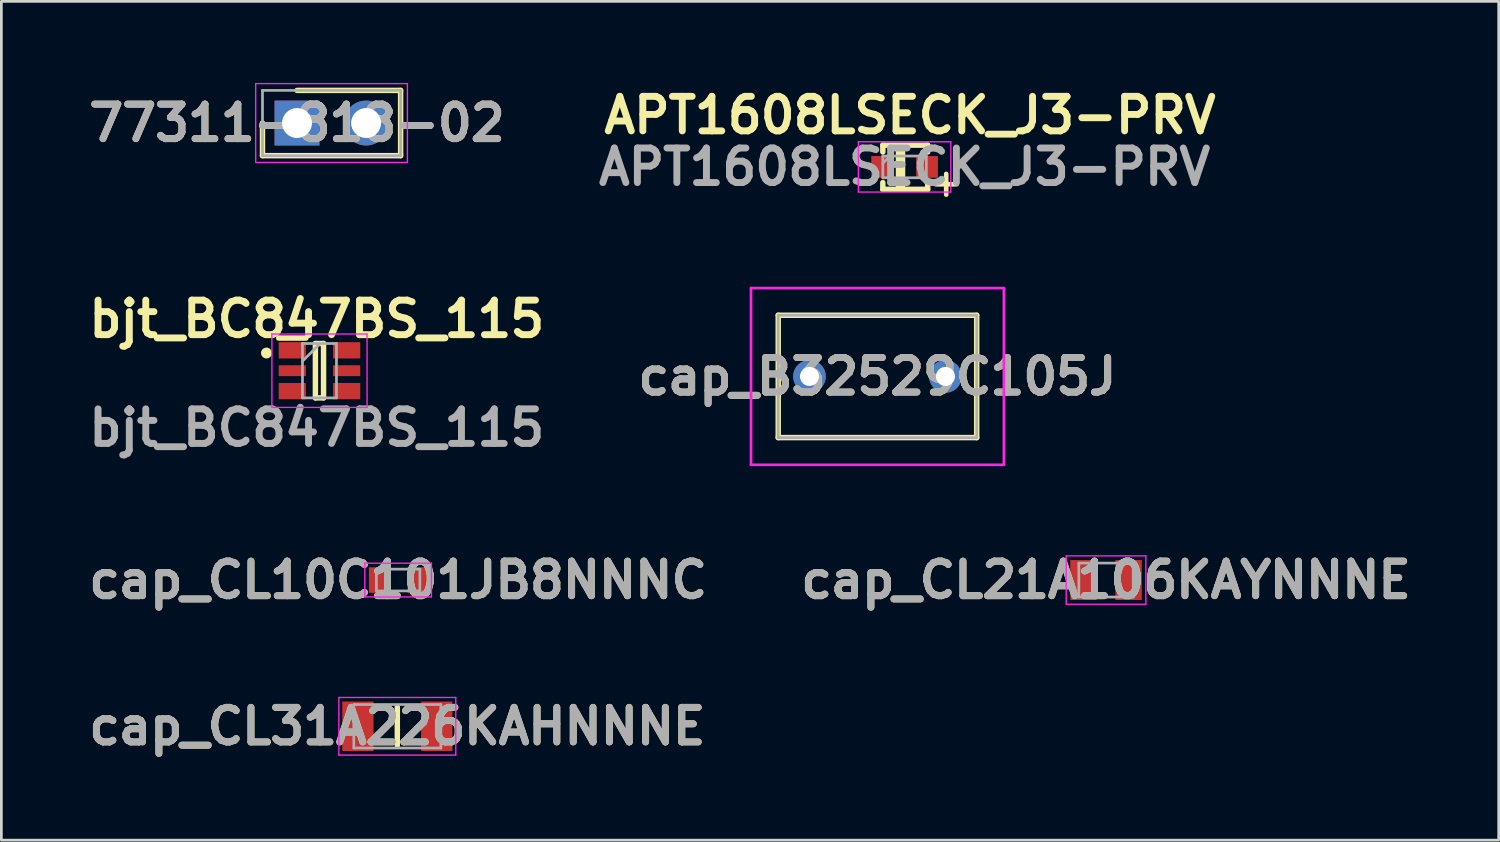
<source format=kicad_pcb>
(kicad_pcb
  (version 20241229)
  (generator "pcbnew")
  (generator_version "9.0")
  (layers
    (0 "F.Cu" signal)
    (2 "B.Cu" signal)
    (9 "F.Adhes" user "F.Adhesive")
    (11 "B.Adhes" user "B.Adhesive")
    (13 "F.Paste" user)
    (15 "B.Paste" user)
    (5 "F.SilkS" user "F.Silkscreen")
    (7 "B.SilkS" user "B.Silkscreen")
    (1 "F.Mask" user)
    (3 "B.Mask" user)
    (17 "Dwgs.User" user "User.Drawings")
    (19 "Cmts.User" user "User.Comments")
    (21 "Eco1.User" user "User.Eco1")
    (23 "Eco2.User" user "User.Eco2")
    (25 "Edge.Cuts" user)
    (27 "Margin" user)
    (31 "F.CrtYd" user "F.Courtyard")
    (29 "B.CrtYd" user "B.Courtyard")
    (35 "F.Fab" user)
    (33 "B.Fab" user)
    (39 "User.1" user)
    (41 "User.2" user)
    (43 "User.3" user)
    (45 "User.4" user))
  (footprint "77311-818-02"
    (layer "F.Cu")
    (at 7.874 1.475)
    (property "Reference" "77311-818-02" (at 0 0 0) (layer "F.SilkS") (effects (font (size 1.27 1.27) (thickness 0.254))))
    (attr through_hole)
    (fp_line (start -1.27 0) (end -1.27 1.2) (stroke (width 0.2) (type solid)) (layer "F.SilkS"))
    (fp_line (start -1.27 1.2) (end 3.81 1.2) (stroke (width 0.2) (type solid)) (layer "F.SilkS"))
    (fp_line (start 3.81 -1.2) (end 0 -1.2) (stroke (width 0.2) (type solid)) (layer "F.SilkS"))
    (fp_line (start 3.81 1.2) (end 3.81 -1.2) (stroke (width 0.2) (type solid)) (layer "F.SilkS"))
    (fp_line (start -1.52 -1.45) (end 4.06 -1.45) (stroke (width 0.05) (type solid)) (layer "F.CrtYd"))
    (fp_line (start -1.52 1.45) (end -1.52 -1.45) (stroke (width 0.05) (type solid)) (layer "F.CrtYd"))
    (fp_line (start 4.06 -1.45) (end 4.06 1.45) (stroke (width 0.05) (type solid)) (layer "F.CrtYd"))
    (fp_line (start 4.06 1.45) (end -1.52 1.45) (stroke (width 0.05) (type solid)) (layer "F.CrtYd"))
    (fp_line (start -1.27 -1.2) (end 3.81 -1.2) (stroke (width 0.1) (type solid)) (layer "F.Fab"))
    (fp_line (start -1.27 1.2) (end -1.27 -1.2) (stroke (width 0.1) (type solid)) (layer "F.Fab"))
    (fp_line (start 3.81 -1.2) (end 3.81 1.2) (stroke (width 0.1) (type solid)) (layer "F.Fab"))
    (fp_line (start 3.81 1.2) (end -1.27 1.2) (stroke (width 0.1) (type solid)) (layer "F.Fab"))
    (fp_text user "${REFERENCE}" (at 0 0 0) (layer "F.Fab") (effects (font (size 1.27 1.27) (thickness 0.254))))
    (pad "1" thru_hole rect (at 0 0) (size 1.65 1.65) (drill 1.1) (layers "*.Cu" "*.Mask"))
    (pad "2" thru_hole circle (at 2.54 0) (size 1.65 1.65) (drill 1.1) (layers "*.Cu" "*.Mask")))
  (footprint "cap_B32529C105J"
    (layer "F.Cu")
    (at 26.722 10.795)
    (property "Reference" "cap_B32529C105J" (at 2.5 0 0) (layer "F.SilkS") (effects (font (size 1.27 1.27) (thickness 0.254))))
    (attr through_hole)
    (fp_line (start -1.15 -2.25) (end 6.15 -2.25) (stroke (width 0.2) (type solid)) (layer "F.SilkS"))
    (fp_line (start -1.15 2.25) (end -1.15 -2.25) (stroke (width 0.2) (type solid)) (layer "F.SilkS"))
    (fp_line (start 6.15 -2.25) (end 6.15 2.25) (stroke (width 0.2) (type solid)) (layer "F.SilkS"))
    (fp_line (start 6.15 2.25) (end -1.15 2.25) (stroke (width 0.2) (type solid)) (layer "F.SilkS"))
    (fp_line (start -2.15 -3.25) (end 7.15 -3.25) (stroke (width 0.1) (type solid)) (layer "F.CrtYd"))
    (fp_line (start -2.15 3.25) (end -2.15 -3.25) (stroke (width 0.1) (type solid)) (layer "F.CrtYd"))
    (fp_line (start 7.15 -3.25) (end 7.15 3.25) (stroke (width 0.1) (type solid)) (layer "F.CrtYd"))
    (fp_line (start 7.15 3.25) (end -2.15 3.25) (stroke (width 0.1) (type solid)) (layer "F.CrtYd"))
    (fp_line (start -1.15 -2.25) (end -1.15 2.25) (stroke (width 0.1) (type solid)) (layer "F.Fab"))
    (fp_line (start -1.15 2.25) (end 6.15 2.25) (stroke (width 0.1) (type solid)) (layer "F.Fab"))
    (fp_line (start 6.15 -2.25) (end -1.15 -2.25) (stroke (width 0.1) (type solid)) (layer "F.Fab"))
    (fp_line (start 6.15 2.25) (end 6.15 -2.25) (stroke (width 0.1) (type solid)) (layer "F.Fab"))
    (fp_text user "${REFERENCE}" (at 2.5 0 0) (layer "F.Fab") (effects (font (size 1.27 1.27) (thickness 0.254))))
    (pad "1" thru_hole circle (at 0 0) (size 1.2 1.2) (drill 0.7) (layers "*.Cu" "*.Mask"))
    (pad "2" thru_hole circle (at 5 0) (size 1.2 1.2) (drill 0.7) (layers "*.Cu" "*.Mask")))
  (footprint "bjt_BC847BS_115"
    (layer "F.Cu")
    (at 8.7 10.584)
    (property "Reference" "bjt_BC847BS_115" (at -0.1 -1.9 0) (layer "F.SilkS") (effects (font (size 1.27 1.27) (thickness 0.254))))
    (attr smd)
    (fp_line (start -1.5 -1.2) (end -0.5 -1.2) (stroke (width 0.2) (type solid)) (layer "F.SilkS"))
    (fp_line (start -0.15 -1) (end 0.15 -1) (stroke (width 0.2) (type solid)) (layer "F.SilkS"))
    (fp_line (start -0.15 1) (end -0.15 -1) (stroke (width 0.2) (type solid)) (layer "F.SilkS"))
    (fp_line (start 0.15 -1) (end 0.15 1) (stroke (width 0.2) (type solid)) (layer "F.SilkS"))
    (fp_line (start 0.15 1) (end -0.15 1) (stroke (width 0.2) (type solid)) (layer "F.SilkS"))
    (fp_circle (center -1.95 -0.65) (end -1.85 -0.65) (stroke (width 0.2) (type solid)) (fill yes) (layer "F.SilkS"))
    (fp_line (start -1.75 -1.35) (end 1.75 -1.35) (stroke (width 0.05) (type solid)) (layer "F.CrtYd"))
    (fp_line (start -1.75 1.35) (end -1.75 -1.35) (stroke (width 0.05) (type solid)) (layer "F.CrtYd"))
    (fp_line (start 1.75 -1.35) (end 1.75 1.35) (stroke (width 0.05) (type solid)) (layer "F.CrtYd"))
    (fp_line (start 1.75 1.35) (end -1.75 1.35) (stroke (width 0.05) (type solid)) (layer "F.CrtYd"))
    (fp_line (start -0.625 -1) (end 0.625 -1) (stroke (width 0.1) (type solid)) (layer "F.Fab"))
    (fp_line (start -0.625 -0.35) (end 0.025 -1) (stroke (width 0.1) (type solid)) (layer "F.Fab"))
    (fp_line (start -0.625 1) (end -0.625 -1) (stroke (width 0.1) (type solid)) (layer "F.Fab"))
    (fp_line (start 0.625 -1) (end 0.625 1) (stroke (width 0.1) (type solid)) (layer "F.Fab"))
    (fp_line (start 0.625 1) (end -0.625 1) (stroke (width 0.1) (type solid)) (layer "F.Fab"))
    (fp_text user "${REFERENCE}" (at -0.1 2.1 0) (layer "F.Fab") (effects (font (size 1.27 1.27) (thickness 0.254))))
    (pad "1" smd rect (at -1 -0.75 90) (size 0.6 1) (layers "F.Cu" "F.Mask" "F.Paste"))
    (pad "2" smd rect (at -1 0 90) (size 0.4 1) (layers "F.Cu" "F.Mask" "F.Paste"))
    (pad "3" smd rect (at -1 0.75 90) (size 0.6 1) (layers "F.Cu" "F.Mask" "F.Paste"))
    (pad "4" smd rect (at 1 0.75 90) (size 0.6 1) (layers "F.Cu" "F.Mask" "F.Paste"))
    (pad "5" smd rect (at 1 0 90) (size 0.4 1) (layers "F.Cu" "F.Mask" "F.Paste"))
    (pad "6" smd rect (at 1 -0.75 90) (size 0.6 1) (layers "F.Cu" "F.Mask" "F.Paste")))
  (footprint "cap_CL21A106KAYNNNE"
    (layer "F.Cu")
    (at 37.629 18.284)
    (property "Reference" "cap_CL21A106KAYNNNE" (at 0 0 0) (layer "F.SilkS") (effects (font (size 1.27 1.27) (thickness 0.254))))
    (attr smd)
    (fp_line (start -1.465 -0.89) (end 1.465 -0.89) (stroke (width 0.05) (type solid)) (layer "F.CrtYd"))
    (fp_line (start -1.465 0.89) (end -1.465 -0.89) (stroke (width 0.05) (type solid)) (layer "F.CrtYd"))
    (fp_line (start 1.465 -0.89) (end 1.465 0.89) (stroke (width 0.05) (type solid)) (layer "F.CrtYd"))
    (fp_line (start 1.465 0.89) (end -1.465 0.89) (stroke (width 0.05) (type solid)) (layer "F.CrtYd"))
    (fp_line (start -1 -0.625) (end 1 -0.625) (stroke (width 0.1) (type solid)) (layer "F.Fab"))
    (fp_line (start -1 0.625) (end -1 -0.625) (stroke (width 0.1) (type solid)) (layer "F.Fab"))
    (fp_line (start 1 -0.625) (end 1 0.625) (stroke (width 0.1) (type solid)) (layer "F.Fab"))
    (fp_line (start 1 0.625) (end -1 0.625) (stroke (width 0.1) (type solid)) (layer "F.Fab"))
    (fp_text user "${REFERENCE}" (at 0 0 0) (layer "F.Fab") (effects (font (size 1.27 1.27) (thickness 0.254))))
    (pad "1" smd rect (at -0.83 0) (size 0.97 1.47) (layers "F.Cu" "F.Mask" "F.Paste"))
    (pad "2" smd rect (at 0.83 0) (size 0.97 1.47) (layers "F.Cu" "F.Mask" "F.Paste")))
  (footprint "APT1608LSECK_J3-PRV"
    (layer "F.Cu")
    (at 30.22 3.089)
    (property "Reference" "APT1608LSECK_J3-PRV" (at 0.2 -1.9 0) (layer "F.SilkS") (effects (font (size 1.27 1.27) (thickness 0.254))))
    (attr smd)
    (fp_line (start -0.8 -0.8) (end -0.8 -0.55) (stroke (width 0.2) (type default)) (layer "F.SilkS"))
    (fp_line (start -0.8 -0.8) (end 0.85 -0.8) (stroke (width 0.2) (type default)) (layer "F.SilkS"))
    (fp_line (start -0.8 0.575) (end -0.8 0.825) (stroke (width 0.2) (type default)) (layer "F.SilkS"))
    (fp_line (start -0.8 0.825) (end 0.85 0.825) (stroke (width 0.2) (type default)) (layer "F.SilkS"))
    (fp_line (start -0.15 -0.7) (end -0.15 0.7) (stroke (width 0.35) (type default)) (layer "F.SilkS"))
    (fp_line (start 0.85 -0.8) (end 0.85 -0.55) (stroke (width 0.2) (type default)) (layer "F.SilkS"))
    (fp_line (start 0.85 0.575) (end 0.85 0.825) (stroke (width 0.2) (type default)) (layer "F.SilkS"))
    (fp_line (start -1.7 -0.925) (end 1.7 -0.925) (stroke (width 0.05) (type solid)) (layer "F.CrtYd"))
    (fp_line (start -1.7 0.925) (end -1.7 -0.925) (stroke (width 0.05) (type solid)) (layer "F.CrtYd"))
    (fp_line (start 1.7 -0.925) (end 1.7 0.925) (stroke (width 0.05) (type solid)) (layer "F.CrtYd"))
    (fp_line (start 1.7 0.925) (end -1.7 0.925) (stroke (width 0.05) (type solid)) (layer "F.CrtYd"))
    (fp_line (start -0.8 -0.4) (end 0.8 -0.4) (stroke (width 0.1) (type solid)) (layer "F.Fab"))
    (fp_line (start -0.8 -0.133) (end -0.533 -0.4) (stroke (width 0.1) (type solid)) (layer "F.Fab"))
    (fp_line (start -0.8 0.4) (end -0.8 -0.4) (stroke (width 0.1) (type solid)) (layer "F.Fab"))
    (fp_line (start 0.8 -0.4) (end 0.8 0.4) (stroke (width 0.1) (type solid)) (layer "F.Fab"))
    (fp_line (start 0.8 0.4) (end -0.8 0.4) (stroke (width 0.1) (type solid)) (layer "F.Fab"))
    (fp_text user "+" (at 0.8 1.15 0) (unlocked yes) (layer "F.SilkS") (effects (font (size 1 1) (thickness 0.17) (bold yes)) (justify left bottom)))
    (fp_text user "${REFERENCE}" (at 0 0 0) (layer "F.Fab") (effects (font (size 1.27 1.27) (thickness 0.254))))
    (pad "1" smd rect (at -0.825 0) (size 0.8 0.8) (layers "F.Cu" "F.Mask" "F.Paste"))
    (pad "2" smd rect (at 0.825 0) (size 0.8 0.8) (layers "F.Cu" "F.Mask" "F.Paste")))
  (footprint "cap_CL10C101JB8NNNC"
    (layer "F.Cu")
    (at 11.593 18.284)
    (property "Reference" "cap_CL10C101JB8NNNC" (at 0 0 0) (layer "F.SilkS") (effects (font (size 1.27 1.27) (thickness 0.254))))
    (attr smd)
    (fp_line (start -1.225 -0.62) (end 1.225 -0.62) (stroke (width 0.05) (type solid)) (layer "F.CrtYd"))
    (fp_line (start -1.225 0.62) (end -1.225 -0.62) (stroke (width 0.05) (type solid)) (layer "F.CrtYd"))
    (fp_line (start 1.225 -0.62) (end 1.225 0.62) (stroke (width 0.05) (type solid)) (layer "F.CrtYd"))
    (fp_line (start 1.225 0.62) (end -1.225 0.62) (stroke (width 0.05) (type solid)) (layer "F.CrtYd"))
    (fp_line (start -0.8 -0.4) (end 0.8 -0.4) (stroke (width 0.1) (type solid)) (layer "F.Fab"))
    (fp_line (start -0.8 0.4) (end -0.8 -0.4) (stroke (width 0.1) (type solid)) (layer "F.Fab"))
    (fp_line (start 0.8 -0.4) (end 0.8 0.4) (stroke (width 0.1) (type solid)) (layer "F.Fab"))
    (fp_line (start 0.8 0.4) (end -0.8 0.4) (stroke (width 0.1) (type solid)) (layer "F.Fab"))
    (fp_text user "${REFERENCE}" (at 0 0 0) (layer "F.Fab") (effects (font (size 1.27 1.27) (thickness 0.254))))
    (pad "1" smd rect (at -0.71 0) (size 0.73 0.94) (layers "F.Cu" "F.Mask" "F.Paste"))
    (pad "2" smd rect (at 0.71 0) (size 0.73 0.94) (layers "F.Cu" "F.Mask" "F.Paste")))
  (footprint "cap_CL31A226KAHNNNE"
    (layer "F.Cu")
    (at 11.563 23.662)
    (property "Reference" "cap_CL31A226KAHNNNE" (at 0 0 0) (layer "F.SilkS") (effects (font (size 1.27 1.27) (thickness 0.254))))
    (attr smd)
    (fp_line (start 0 -0.7) (end 0 0.7) (stroke (width 0.2) (type solid)) (layer "F.SilkS"))
    (fp_line (start -2.15 -1.06) (end 2.15 -1.06) (stroke (width 0.05) (type solid)) (layer "F.CrtYd"))
    (fp_line (start -2.15 1.06) (end -2.15 -1.06) (stroke (width 0.05) (type solid)) (layer "F.CrtYd"))
    (fp_line (start 2.15 -1.06) (end 2.15 1.06) (stroke (width 0.05) (type solid)) (layer "F.CrtYd"))
    (fp_line (start 2.15 1.06) (end -2.15 1.06) (stroke (width 0.05) (type solid)) (layer "F.CrtYd"))
    (fp_line (start -1.6 -0.8) (end 1.6 -0.8) (stroke (width 0.1) (type solid)) (layer "F.Fab"))
    (fp_line (start -1.6 0.8) (end -1.6 -0.8) (stroke (width 0.1) (type solid)) (layer "F.Fab"))
    (fp_line (start 1.6 -0.8) (end 1.6 0.8) (stroke (width 0.1) (type solid)) (layer "F.Fab"))
    (fp_line (start 1.6 0.8) (end -1.6 0.8) (stroke (width 0.1) (type solid)) (layer "F.Fab"))
    (fp_text user "${REFERENCE}" (at 0 0 0) (layer "F.Fab") (effects (font (size 1.27 1.27) (thickness 0.254))))
    (pad "1" smd rect (at -1.45 0) (size 1.15 1.82) (layers "F.Cu" "F.Mask" "F.Paste"))
    (pad "2" smd rect (at 1.45 0) (size 1.15 1.82) (layers "F.Cu" "F.Mask" "F.Paste")))
  (gr_rect
    (start -3 -3)
    (end 52.071 27.85)
    (stroke (width 0.1) (type default))
    (fill no)
    (layer "Edge.Cuts")))
</source>
